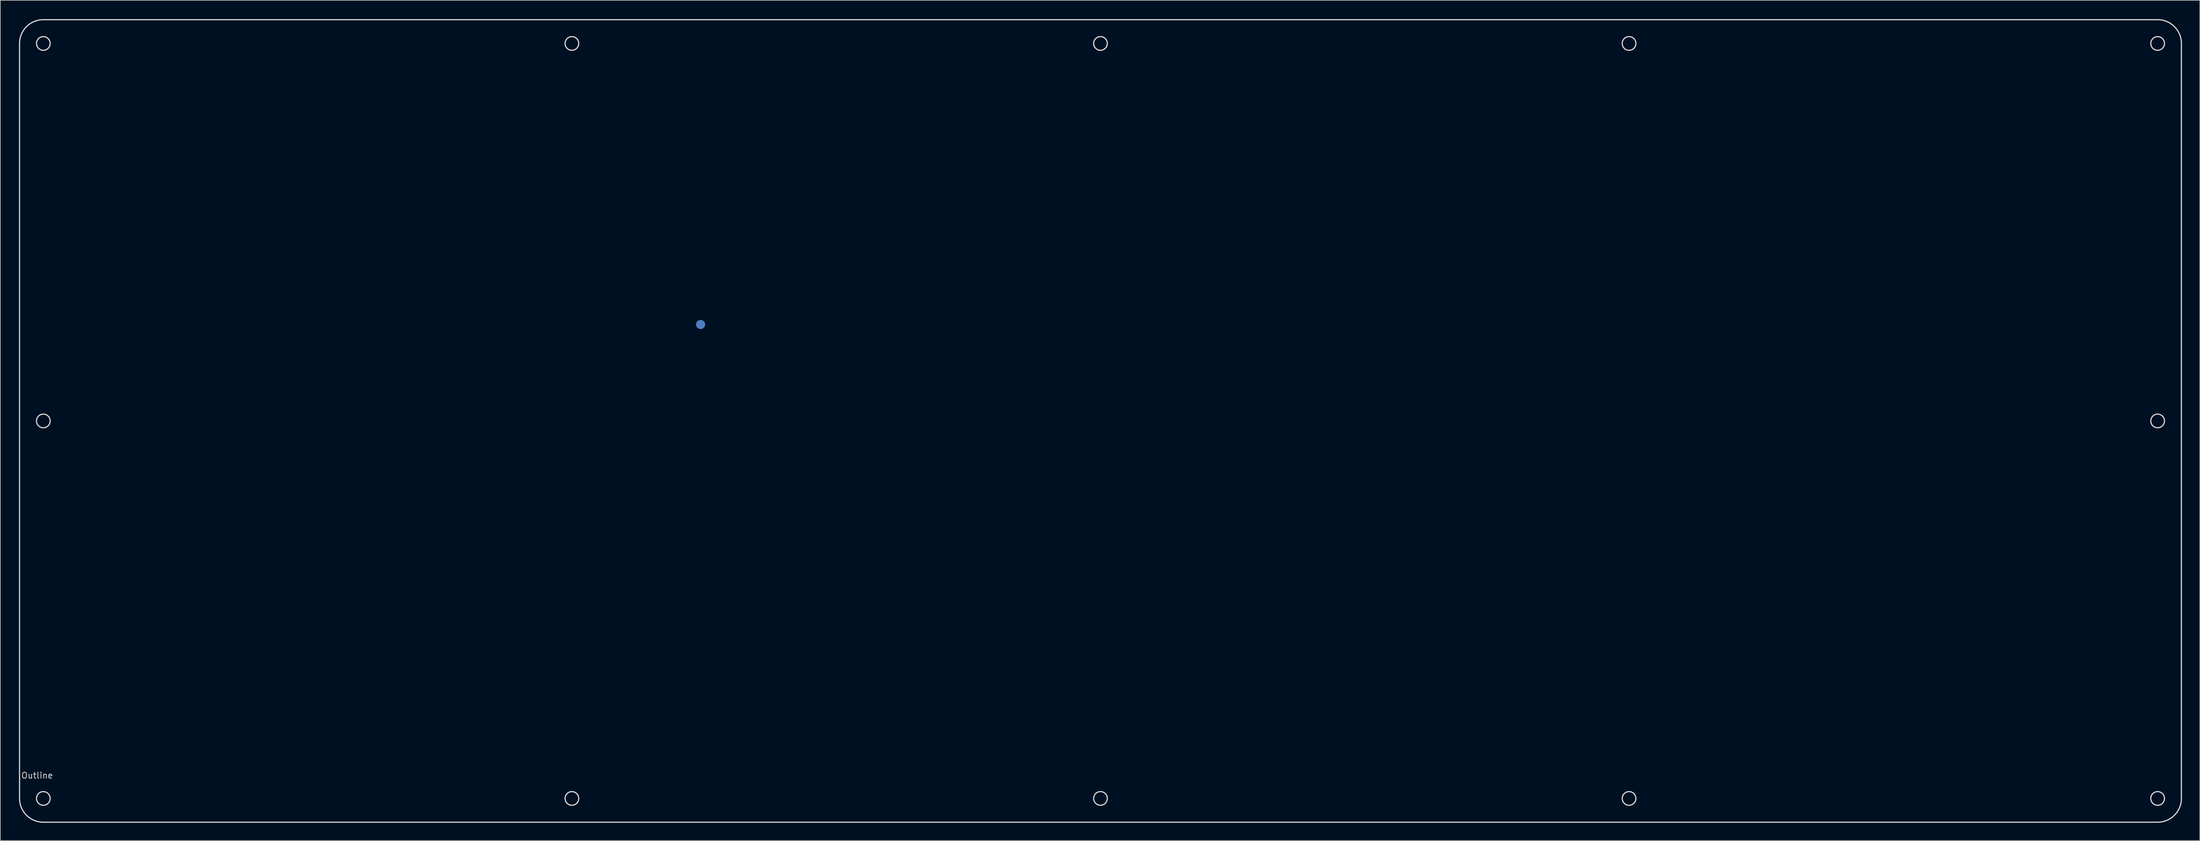
<source format=kicad_pcb>
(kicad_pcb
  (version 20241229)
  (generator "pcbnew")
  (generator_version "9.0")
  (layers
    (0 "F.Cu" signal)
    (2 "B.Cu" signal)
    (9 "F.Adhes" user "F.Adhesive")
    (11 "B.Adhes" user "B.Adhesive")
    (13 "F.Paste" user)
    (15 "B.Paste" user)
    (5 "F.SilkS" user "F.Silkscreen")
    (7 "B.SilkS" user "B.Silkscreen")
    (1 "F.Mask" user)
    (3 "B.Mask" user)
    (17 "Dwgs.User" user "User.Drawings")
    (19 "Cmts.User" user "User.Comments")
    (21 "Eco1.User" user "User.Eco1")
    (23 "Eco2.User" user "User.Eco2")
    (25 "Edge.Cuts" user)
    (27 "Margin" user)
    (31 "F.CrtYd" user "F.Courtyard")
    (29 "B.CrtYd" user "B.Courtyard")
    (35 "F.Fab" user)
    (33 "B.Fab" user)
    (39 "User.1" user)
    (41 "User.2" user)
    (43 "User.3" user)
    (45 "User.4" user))
  (footprint "Outline"
    (layer "F.Cu")
    (at 0.25 0.25)
    (property "Reference" "Outline" (at 2.946 127.211 180) (layer "Dwgs.User") (effects (font (size 1 1) (thickness 0.15))))
    (attr through_hole)
    (fp_line (start -0.012 131.076) (end -0.012 4.013) (stroke (width 0.2) (type solid)) (layer "Edge.Cuts"))
    (fp_line (start 3.988 0.013) (end 359.65 0.013) (stroke (width 0.2) (type solid)) (layer "Edge.Cuts"))
    (fp_line (start 359.65 135.076) (end 3.988 135.076) (stroke (width 0.2) (type solid)) (layer "Edge.Cuts"))
    (fp_line (start 363.65 4.013) (end 363.65 131.076) (stroke (width 0.2) (type solid)) (layer "Edge.Cuts"))
    (fp_arc (start -0.0122 4.0132) (mid 1.159373 1.184773) (end 3.9878 0.0132) (stroke (width 0.2) (type solid)) (layer "Edge.Cuts"))
    (fp_arc (start 3.9878 135.0757) (mid 1.159373 133.904127) (end -0.0122 131.0757) (stroke (width 0.2) (type solid)) (layer "Edge.Cuts"))
    (fp_arc (start 359.6503 0.0132) (mid 362.478727 1.184773) (end 363.6503 4.0132) (stroke (width 0.2) (type solid)) (layer "Edge.Cuts"))
    (fp_arc (start 363.6503 131.0757) (mid 362.478727 133.904127) (end 359.6503 135.0757) (stroke (width 0.2) (type solid)) (layer "Edge.Cuts"))
    (fp_circle (center 3.988 4.013) (end 5.138 4.013) (stroke (width 0.2) (type solid)) (fill no) (layer "Edge.Cuts"))
    (fp_circle (center 3.988 67.544) (end 5.138 67.544) (stroke (width 0.2) (type solid)) (fill no) (layer "Edge.Cuts"))
    (fp_circle (center 3.988 131.076) (end 5.138 131.076) (stroke (width 0.2) (type solid)) (fill no) (layer "Edge.Cuts"))
    (fp_circle (center 92.903 4.013) (end 94.053 4.013) (stroke (width 0.2) (type solid)) (fill no) (layer "Edge.Cuts"))
    (fp_circle (center 92.903 131.076) (end 94.053 131.076) (stroke (width 0.2) (type solid)) (fill no) (layer "Edge.Cuts"))
    (fp_circle (center 181.819 4.013) (end 182.969 4.013) (stroke (width 0.2) (type solid)) (fill no) (layer "Edge.Cuts"))
    (fp_circle (center 181.819 131.076) (end 182.969 131.076) (stroke (width 0.2) (type solid)) (fill no) (layer "Edge.Cuts"))
    (fp_circle (center 270.735 4.013) (end 271.885 4.013) (stroke (width 0.2) (type solid)) (fill no) (layer "Edge.Cuts"))
    (fp_circle (center 270.735 131.076) (end 271.885 131.076) (stroke (width 0.2) (type solid)) (fill no) (layer "Edge.Cuts"))
    (fp_circle (center 359.65 4.013) (end 360.8 4.013) (stroke (width 0.2) (type solid)) (fill no) (layer "Edge.Cuts"))
    (fp_circle (center 359.65 67.544) (end 360.8 67.544) (stroke (width 0.2) (type solid)) (fill no) (layer "Edge.Cuts"))
    (fp_circle (center 359.65 131.076) (end 360.8 131.076) (stroke (width 0.2) (type solid)) (fill no) (layer "Edge.Cuts"))
    (pad "1" smd circle (at 114.554 51.308) (size 1.524 1.524) (layers "F.Cu"))
    (pad "1" smd circle (at 114.554 51.308) (size 1.524 1.524) (layers "B.Cu")))
  (gr_rect
    (start -3 -3)
    (end 367 138.426)
    (stroke (width 0.1) (type default))
    (fill no)
    (layer "Edge.Cuts")))
</source>
